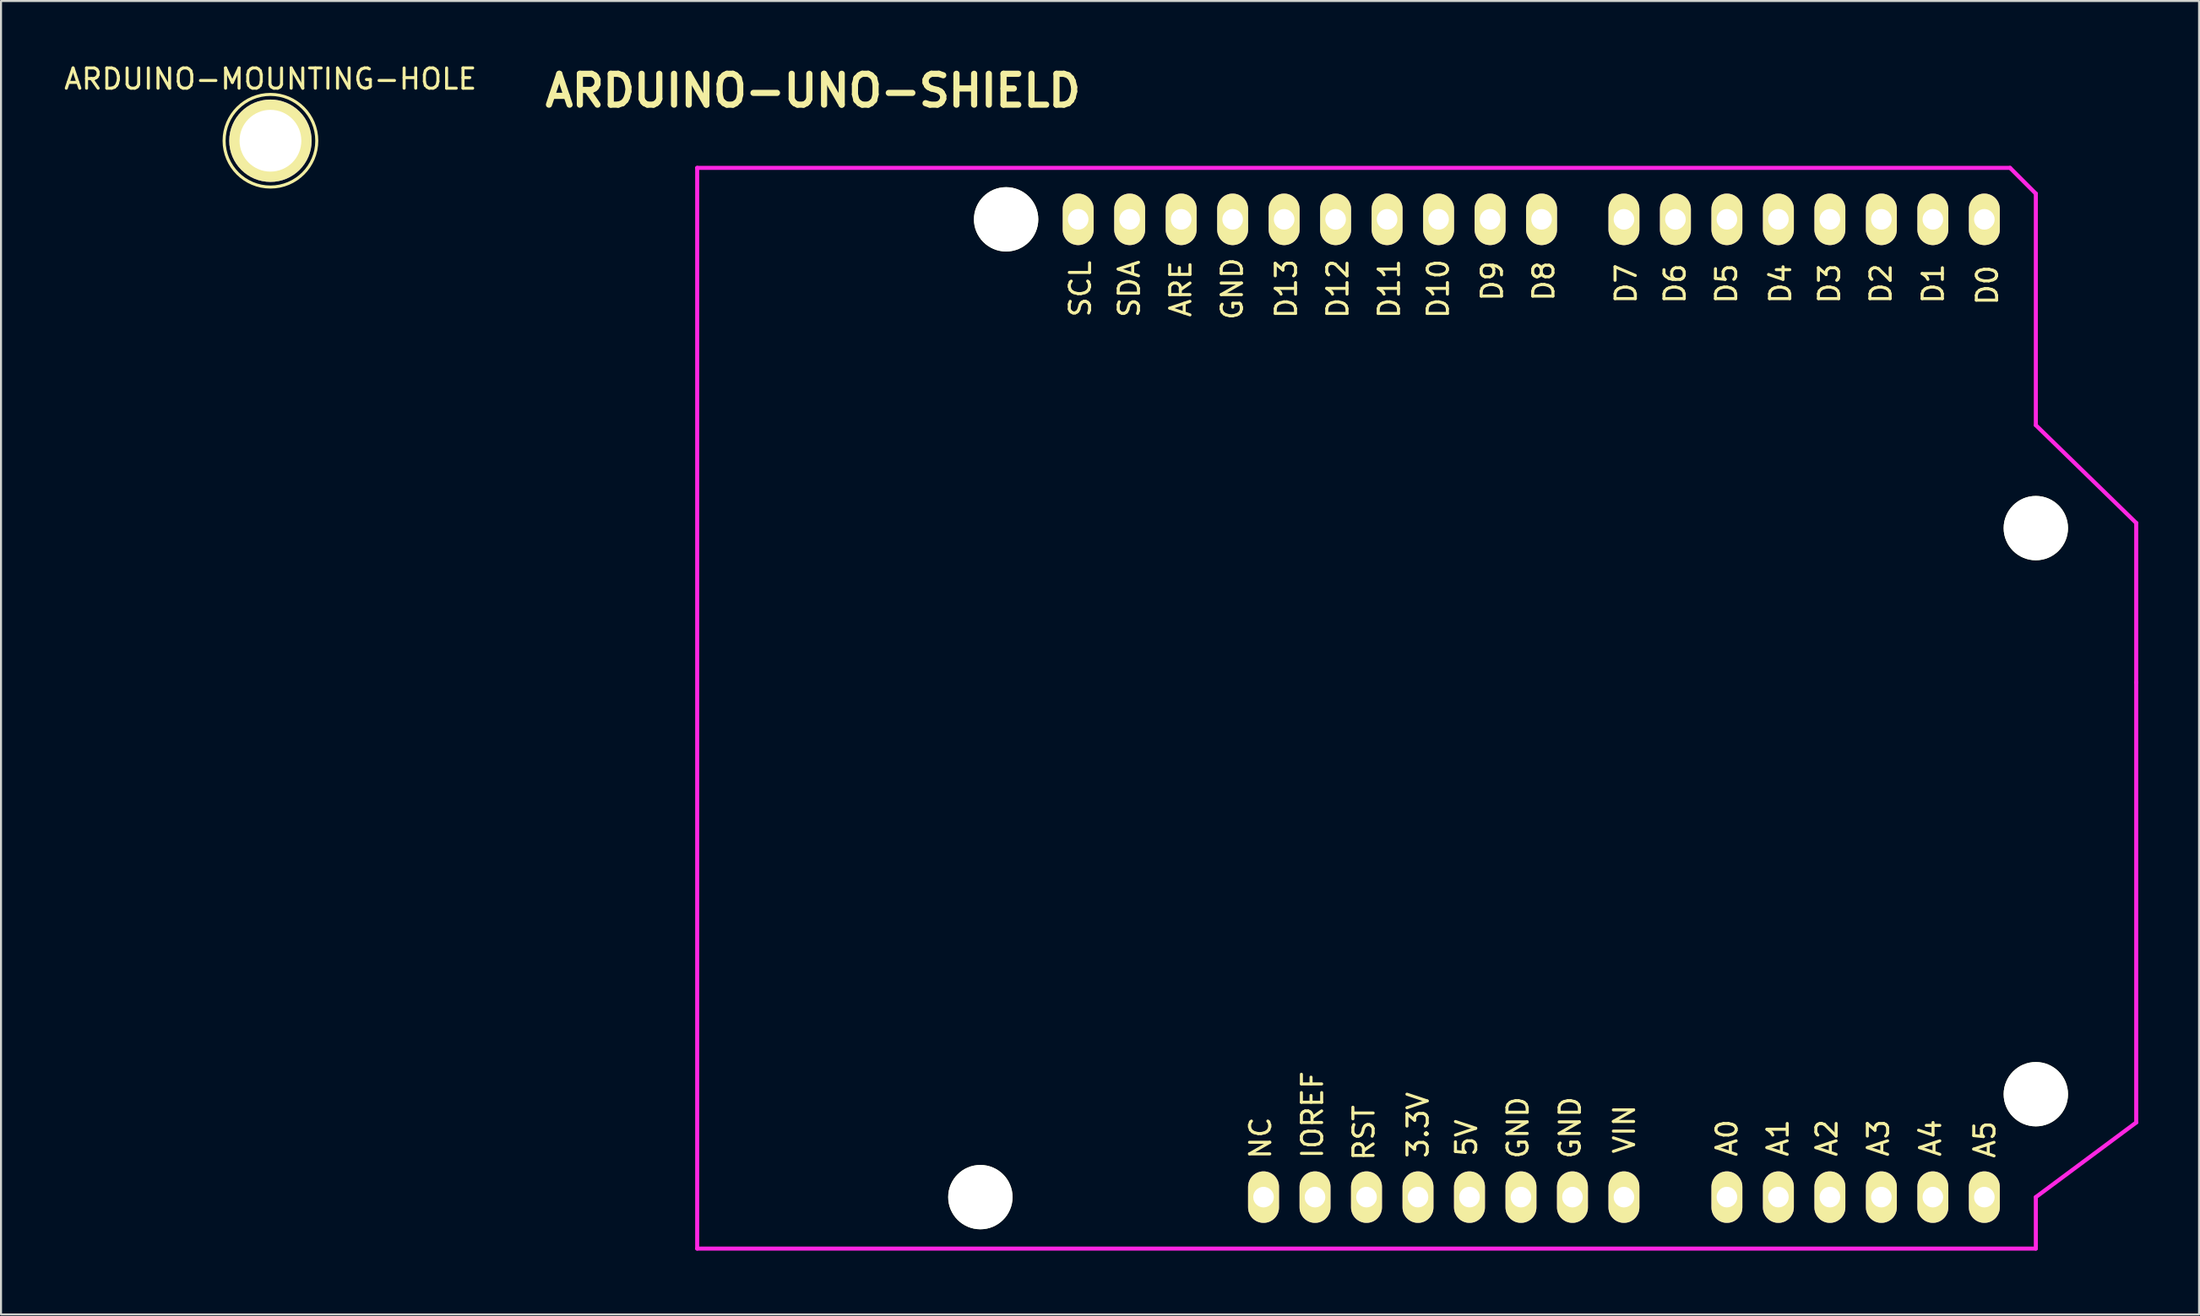
<source format=kicad_pcb>
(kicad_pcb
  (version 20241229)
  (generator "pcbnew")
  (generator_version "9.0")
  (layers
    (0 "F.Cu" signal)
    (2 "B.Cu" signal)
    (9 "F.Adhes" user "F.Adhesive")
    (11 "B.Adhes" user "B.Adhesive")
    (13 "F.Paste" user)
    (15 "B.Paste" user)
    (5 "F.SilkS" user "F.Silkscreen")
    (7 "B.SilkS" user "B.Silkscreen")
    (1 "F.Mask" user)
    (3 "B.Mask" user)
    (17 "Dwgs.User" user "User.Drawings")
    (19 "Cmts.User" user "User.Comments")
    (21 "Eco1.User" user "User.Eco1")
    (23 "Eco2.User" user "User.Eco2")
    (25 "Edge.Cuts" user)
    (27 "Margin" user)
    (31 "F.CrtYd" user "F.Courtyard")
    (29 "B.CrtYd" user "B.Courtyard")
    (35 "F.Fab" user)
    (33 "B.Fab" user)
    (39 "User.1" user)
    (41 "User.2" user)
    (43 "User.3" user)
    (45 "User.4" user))
  (footprint "ARDUINO-UNO-SHIELD"
    (layer "F.Cu")
    (at 31.345 58.576)
    (property "Reference" "ARDUINO-UNO-SHIELD" (at 5.715 -57.15 0) (layer "F.SilkS") (effects (font (size 1.524 1.524) (thickness 0.305))))
    (attr through_hole)
    (fp_line (start 0 0) (end 0 -53.34) (stroke (width 0.2) (type solid)) (layer "F.CrtYd"))
    (fp_line (start 0 0) (end 66.04 0) (stroke (width 0.2) (type solid)) (layer "F.CrtYd"))
    (fp_line (start 64.77 -53.34) (end 0 -53.34) (stroke (width 0.2) (type solid)) (layer "F.CrtYd"))
    (fp_line (start 66.04 -52.07) (end 64.77 -53.34) (stroke (width 0.2) (type solid)) (layer "F.CrtYd"))
    (fp_line (start 66.04 -40.64) (end 66.04 -52.07) (stroke (width 0.2) (type solid)) (layer "F.CrtYd"))
    (fp_line (start 66.04 -40.64) (end 70.993 -35.814) (stroke (width 0.2) (type solid)) (layer "F.CrtYd"))
    (fp_line (start 66.04 -2.54) (end 66.04 0) (stroke (width 0.2) (type solid)) (layer "F.CrtYd"))
    (fp_line (start 66.04 -2.54) (end 70.993 -6.223) (stroke (width 0.2) (type solid)) (layer "F.CrtYd"))
    (fp_line (start 70.993 -35.814) (end 70.993 -27.94) (stroke (width 0.2) (type solid)) (layer "F.CrtYd"))
    (fp_line (start 70.993 -27.94) (end 70.993 -6.223) (stroke (width 0.2) (type solid)) (layer "F.CrtYd"))
    (fp_text user "D0" (at 63.65 -47.55 90) (layer "F.SilkS") (effects (font (size 1 1) (thickness 0.15))))
    (fp_text user "D10" (at 36.556 -47.371 90) (layer "F.SilkS") (effects (font (size 1 1) (thickness 0.15))))
    (fp_text user "GND" (at 26.396 -47.371 90) (layer "F.SilkS") (effects (font (size 1 1) (thickness 0.15))))
    (fp_text user "D11" (at 34.143 -47.371 90) (layer "F.SilkS") (effects (font (size 1 1) (thickness 0.15))))
    (fp_text user "IOREF" (at 30.353 -6.604 90) (layer "F.SilkS") (effects (font (size 1 1) (thickness 0.15))))
    (fp_text user "D7" (at 45.827 -47.625 90) (layer "F.SilkS") (effects (font (size 1 1) (thickness 0.15))))
    (fp_text user "5V" (at 37.953 -5.461 90) (layer "F.SilkS") (effects (font (size 1 1) (thickness 0.15))))
    (fp_text user "A4" (at 60.848 -5.461 90) (layer "F.SilkS") (effects (font (size 1 1) (thickness 0.15))))
    (fp_text user "ARE" (at 23.856 -47.371 90) (layer "F.SilkS") (effects (font (size 1 1) (thickness 0.15))))
    (fp_text user "GND" (at 43.068 -5.969 90) (layer "F.SilkS") (effects (font (size 1 1) (thickness 0.15))))
    (fp_text user "D3" (at 55.86 -47.625 90) (layer "F.SilkS") (effects (font (size 1 1) (thickness 0.15))))
    (fp_text user "D1" (at 60.975 -47.625 90) (layer "F.SilkS") (effects (font (size 1 1) (thickness 0.15))))
    (fp_text user "D6" (at 48.24 -47.625 90) (layer "F.SilkS") (effects (font (size 1 1) (thickness 0.15))))
    (fp_text user "D13" (at 29.063 -47.371 90) (layer "F.SilkS") (effects (font (size 1 1) (thickness 0.15))))
    (fp_text user "D2" (at 58.4 -47.625 90) (layer "F.SilkS") (effects (font (size 1 1) (thickness 0.15))))
    (fp_text user "D8" (at 41.763 -47.752 90) (layer "F.SilkS") (effects (font (size 1 1) (thickness 0.15))))
    (fp_text user "GND" (at 40.493 -5.969 90) (layer "F.SilkS") (effects (font (size 1 1) (thickness 0.15))))
    (fp_text user "A0" (at 50.8 -5.461 90) (layer "F.SilkS") (effects (font (size 1 1) (thickness 0.15))))
    (fp_text user "SDA" (at 21.316 -47.371 90) (layer "F.SilkS") (effects (font (size 1 1) (thickness 0.15))))
    (fp_text user "3.3V" (at 35.56 -6.096 90) (layer "F.SilkS") (effects (font (size 1 1) (thickness 0.15))))
    (fp_text user "D5" (at 50.78 -47.625 90) (layer "F.SilkS") (effects (font (size 1 1) (thickness 0.15))))
    (fp_text user "D9" (at 39.223 -47.752 90) (layer "F.SilkS") (effects (font (size 1 1) (thickness 0.15))))
    (fp_text user "SCL" (at 18.903 -47.371 90) (layer "F.SilkS") (effects (font (size 1 1) (thickness 0.15))))
    (fp_text user "A2" (at 55.733 -5.461 90) (layer "F.SilkS") (effects (font (size 1 1) (thickness 0.15))))
    (fp_text user "NC" (at 27.793 -5.461 90) (layer "F.SilkS") (effects (font (size 1 1) (thickness 0.15))))
    (fp_text user "A3" (at 58.273 -5.461 90) (layer "F.SilkS") (effects (font (size 1 1) (thickness 0.15))))
    (fp_text user "D4" (at 53.447 -47.625 90) (layer "F.SilkS") (effects (font (size 1 1) (thickness 0.15))))
    (fp_text user "A1" (at 53.32 -5.461 90) (layer "F.SilkS") (effects (font (size 1 1) (thickness 0.15))))
    (fp_text user "A5" (at 63.523 -5.386 90) (layer "F.SilkS") (effects (font (size 1 1) (thickness 0.15))))
    (fp_text user "VIN" (at 45.743 -5.894 90) (layer "F.SilkS") (effects (font (size 1 1) (thickness 0.15))))
    (fp_text user "RST" (at 32.893 -5.715 90) (layer "F.SilkS") (effects (font (size 1 1) (thickness 0.15))))
    (fp_text user "D12" (at 31.603 -47.371 90) (layer "F.SilkS") (effects (font (size 1 1) (thickness 0.15))))
    (pad "" np_thru_hole circle (at 13.97 -2.54 90) (size 3.175 3.175) (drill 3.175) (layers "*.Cu" "*.Mask" "F.SilkS"))
    (pad "" np_thru_hole circle (at 15.24 -50.8 90) (size 3.175 3.175) (drill 3.175) (layers "*.Cu" "*.Mask" "F.SilkS"))
    (pad "" np_thru_hole circle (at 66.04 -35.56 90) (size 3.175 3.175) (drill 3.175) (layers "*.Cu" "*.Mask" "F.SilkS"))
    (pad "" np_thru_hole circle (at 66.04 -7.62 90) (size 3.175 3.175) (drill 3.175) (layers "*.Cu" "*.Mask" "F.SilkS"))
    (pad "3V3" thru_hole oval (at 35.56 -2.54 90) (size 2.54 1.524) (drill 1.016) (layers "*.Cu" "*.Mask" "F.SilkS"))
    (pad "5V" thru_hole oval (at 38.1 -2.54 90) (size 2.54 1.524) (drill 1.016) (layers "*.Cu" "*.Mask" "F.SilkS"))
    (pad "A0" thru_hole oval (at 50.8 -2.54 90) (size 2.54 1.524) (drill 1.016) (layers "*.Cu" "*.Mask" "F.SilkS"))
    (pad "A1" thru_hole oval (at 53.34 -2.54 90) (size 2.54 1.524) (drill 1.016) (layers "*.Cu" "*.Mask" "F.SilkS"))
    (pad "A2" thru_hole oval (at 55.88 -2.54 90) (size 2.54 1.524) (drill 1.016) (layers "*.Cu" "*.Mask" "F.SilkS"))
    (pad "A3" thru_hole oval (at 58.42 -2.54 90) (size 2.54 1.524) (drill 1.016) (layers "*.Cu" "*.Mask" "F.SilkS"))
    (pad "A4" thru_hole oval (at 60.96 -2.54 90) (size 2.54 1.524) (drill 1.016) (layers "*.Cu" "*.Mask" "F.SilkS"))
    (pad "A5" thru_hole oval (at 63.5 -2.54 90) (size 2.54 1.524) (drill 1.016) (layers "*.Cu" "*.Mask" "F.SilkS"))
    (pad "AREF" thru_hole oval (at 23.876 -50.8 90) (size 2.54 1.524) (drill 1.016) (layers "*.Cu" "*.Mask" "F.SilkS"))
    (pad "D0" thru_hole oval (at 63.5 -50.8 90) (size 2.54 1.524) (drill 1.016) (layers "*.Cu" "*.Mask" "F.SilkS"))
    (pad "D1" thru_hole oval (at 60.96 -50.8 90) (size 2.54 1.524) (drill 1.016) (layers "*.Cu" "*.Mask" "F.SilkS"))
    (pad "D2" thru_hole oval (at 58.42 -50.8 90) (size 2.54 1.524) (drill 1.016) (layers "*.Cu" "*.Mask" "F.SilkS"))
    (pad "D3" thru_hole oval (at 55.88 -50.8 90) (size 2.54 1.524) (drill 1.016) (layers "*.Cu" "*.Mask" "F.SilkS"))
    (pad "D4" thru_hole oval (at 53.34 -50.8 90) (size 2.54 1.524) (drill 1.016) (layers "*.Cu" "*.Mask" "F.SilkS"))
    (pad "D5" thru_hole oval (at 50.8 -50.8 90) (size 2.54 1.524) (drill 1.016) (layers "*.Cu" "*.Mask" "F.SilkS"))
    (pad "D6" thru_hole oval (at 48.26 -50.8 90) (size 2.54 1.524) (drill 1.016) (layers "*.Cu" "*.Mask" "F.SilkS"))
    (pad "D7" thru_hole oval (at 45.72 -50.8 90) (size 2.54 1.524) (drill 1.016) (layers "*.Cu" "*.Mask" "F.SilkS"))
    (pad "D8" thru_hole oval (at 41.656 -50.8 90) (size 2.54 1.524) (drill 1.016) (layers "*.Cu" "*.Mask" "F.SilkS"))
    (pad "D9" thru_hole oval (at 39.116 -50.8 90) (size 2.54 1.524) (drill 1.016) (layers "*.Cu" "*.Mask" "F.SilkS"))
    (pad "D10" thru_hole oval (at 36.576 -50.8 90) (size 2.54 1.524) (drill 1.016) (layers "*.Cu" "*.Mask" "F.SilkS"))
    (pad "D11" thru_hole oval (at 34.036 -50.8 90) (size 2.54 1.524) (drill 1.016) (layers "*.Cu" "*.Mask" "F.SilkS"))
    (pad "D12" thru_hole oval (at 31.496 -50.8 90) (size 2.54 1.524) (drill 1.016) (layers "*.Cu" "*.Mask" "F.SilkS"))
    (pad "D13" thru_hole oval (at 28.956 -50.8 90) (size 2.54 1.524) (drill 1.016) (layers "*.Cu" "*.Mask" "F.SilkS"))
    (pad "GND1" thru_hole oval (at 40.64 -2.54 90) (size 2.54 1.524) (drill 1.016) (layers "*.Cu" "*.Mask" "F.SilkS"))
    (pad "GND2" thru_hole oval (at 43.18 -2.54 90) (size 2.54 1.524) (drill 1.016) (layers "*.Cu" "*.Mask" "F.SilkS"))
    (pad "GND3" thru_hole oval (at 26.416 -50.8 90) (size 2.54 1.524) (drill 1.016) (layers "*.Cu" "*.Mask" "F.SilkS"))
    (pad "IO" thru_hole oval (at 30.48 -2.54 90) (size 2.54 1.524) (drill 1.016) (layers "*.Cu" "*.Mask" "F.SilkS"))
    (pad "NC" thru_hole oval (at 27.94 -2.54 90) (size 2.54 1.524) (drill 1.016) (layers "*.Cu" "*.Mask" "F.SilkS"))
    (pad "RST" thru_hole oval (at 33.02 -2.54 90) (size 2.54 1.524) (drill 1.016) (layers "*.Cu" "*.Mask" "F.SilkS"))
    (pad "SCL" thru_hole oval (at 18.796 -50.8 90) (size 2.54 1.524) (drill 1.016) (layers "*.Cu" "*.Mask" "F.SilkS"))
    (pad "SDA" thru_hole oval (at 21.336 -50.8 90) (size 2.54 1.524) (drill 1.016) (layers "*.Cu" "*.Mask" "F.SilkS"))
    (pad "VIN" thru_hole oval (at 45.72 -2.54 90) (size 2.54 1.524) (drill 1.016) (layers "*.Cu" "*.Mask" "F.SilkS")))
  (footprint "ARDUINO-MOUNTING-HOLE"
    (layer "F.Cu")
    (at 10.292 3.896)
    (property "Reference" "ARDUINO-MOUNTING-HOLE" (at 0 -3.048 0) (layer "F.SilkS") (effects (font (size 1 1) (thickness 0.15))))
    (attr through_hole)
    (fp_circle (center 0 0) (end 0 -2.286) (stroke (width 0.15) (type solid)) (fill no) (layer "F.SilkS"))
    (pad "1" thru_hole circle (at 0 0) (size 4.064 4.064) (drill 3.048) (layers "*.Cu" "*.Mask" "F.SilkS")))
  (gr_rect
    (start -3 -3)
    (end 105.438 61.826)
    (stroke (width 0.1) (type default))
    (fill no)
    (layer "Edge.Cuts")))
</source>
